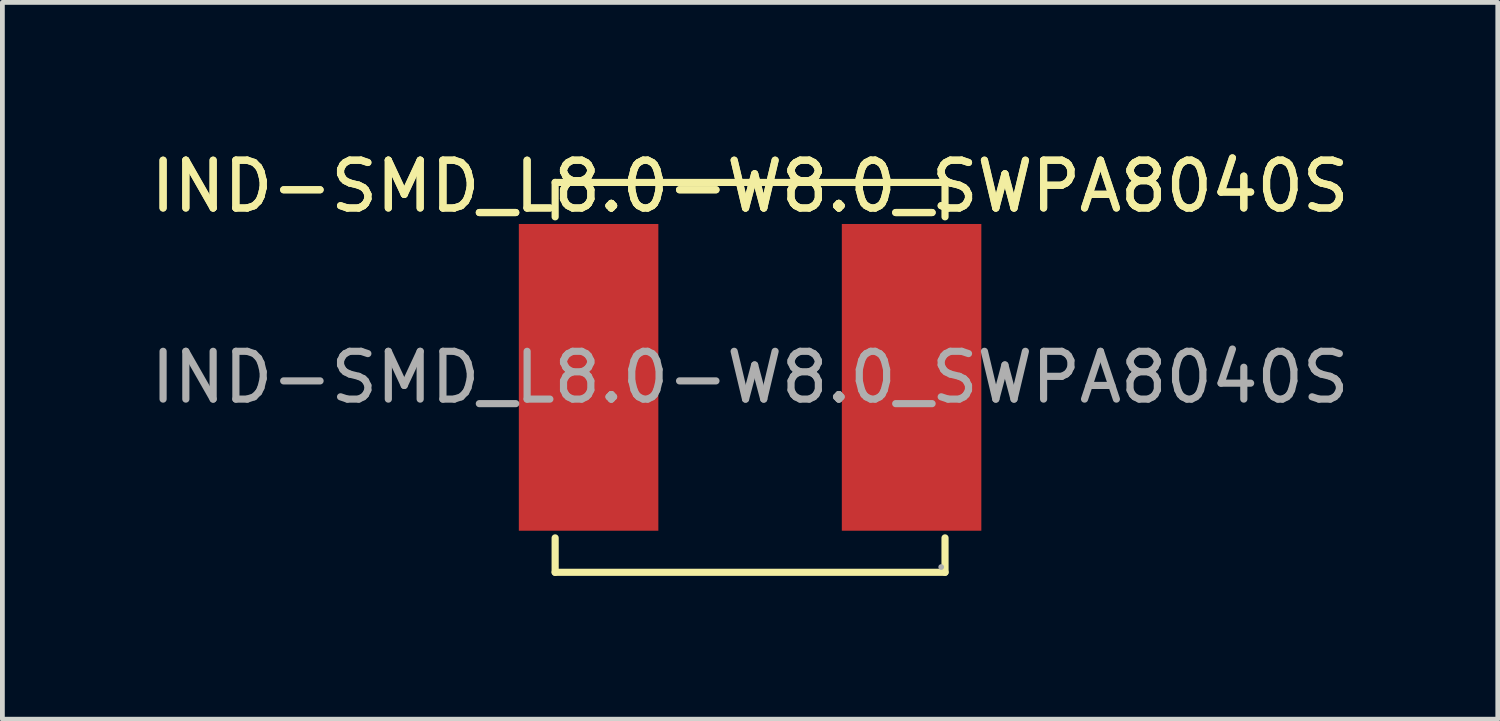
<source format=kicad_pcb>
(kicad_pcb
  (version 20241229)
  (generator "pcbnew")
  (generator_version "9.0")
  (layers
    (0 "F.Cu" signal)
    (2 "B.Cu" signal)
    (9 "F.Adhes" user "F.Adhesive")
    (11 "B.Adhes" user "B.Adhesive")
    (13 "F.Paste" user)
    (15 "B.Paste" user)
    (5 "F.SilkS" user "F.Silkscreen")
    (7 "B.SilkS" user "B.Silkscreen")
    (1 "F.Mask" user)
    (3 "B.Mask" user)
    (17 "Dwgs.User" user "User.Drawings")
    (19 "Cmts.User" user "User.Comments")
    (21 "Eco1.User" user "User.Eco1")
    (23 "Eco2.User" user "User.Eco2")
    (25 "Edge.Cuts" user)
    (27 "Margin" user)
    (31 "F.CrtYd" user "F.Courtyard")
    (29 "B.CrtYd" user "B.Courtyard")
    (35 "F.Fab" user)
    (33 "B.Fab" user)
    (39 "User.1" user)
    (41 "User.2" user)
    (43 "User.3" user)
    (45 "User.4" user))
  (footprint "IND-SMD_L8.0-W8.0_SWPA8040S"
    (layer "F.Cu")
    (at 12.649 4.848)
    (property "Reference" "IND-SMD_L8.0-W8.0_SWPA8040S" (at 0 -4 0) (layer "F.SilkS") (effects (font (size 1 1) (thickness 0.15))))
    (attr smd)
    (fp_line (start -4.08 -4.08) (end 4.08 -4.08) (stroke (width 0.15) (type solid)) (layer "F.SilkS"))
    (fp_line (start -4.08 -3.36) (end -4.08 -4.08) (stroke (width 0.15) (type solid)) (layer "F.SilkS"))
    (fp_line (start -4.08 3.36) (end -4.08 4.08) (stroke (width 0.15) (type solid)) (layer "F.SilkS"))
    (fp_line (start -4.08 4.08) (end 4.08 4.08) (stroke (width 0.15) (type solid)) (layer "F.SilkS"))
    (fp_line (start 4.08 -4.08) (end 4.08 -3.36) (stroke (width 0.15) (type solid)) (layer "F.SilkS"))
    (fp_line (start 4.08 4.08) (end 4.08 3.36) (stroke (width 0.15) (type solid)) (layer "F.SilkS"))
    (fp_circle (center 4 3.97) (end 4.03 3.97) (stroke (width 0.06) (type solid)) (fill no) (layer "F.Fab"))
    (fp_text user "${REFERENCE}" (at 0 -4 0) (layer "F.SilkS") (effects (font (size 1 1) (thickness 0.15))))
    (fp_text user "${REFERENCE}" (at 0 0 0) (layer "F.Fab") (effects (font (size 1 1) (thickness 0.15))))
    (pad "1" smd rect (at 3.38 0) (size 2.92 6.42) (layers "F.Cu" "F.Mask" "F.Paste"))
    (pad "2" smd rect (at -3.38 0) (size 2.92 6.42) (layers "F.Cu" "F.Mask" "F.Paste")))
  (gr_rect
    (start -3 -3)
    (end 28.298 12.003)
    (stroke (width 0.1) (type default))
    (fill no)
    (layer "Edge.Cuts")))
</source>
